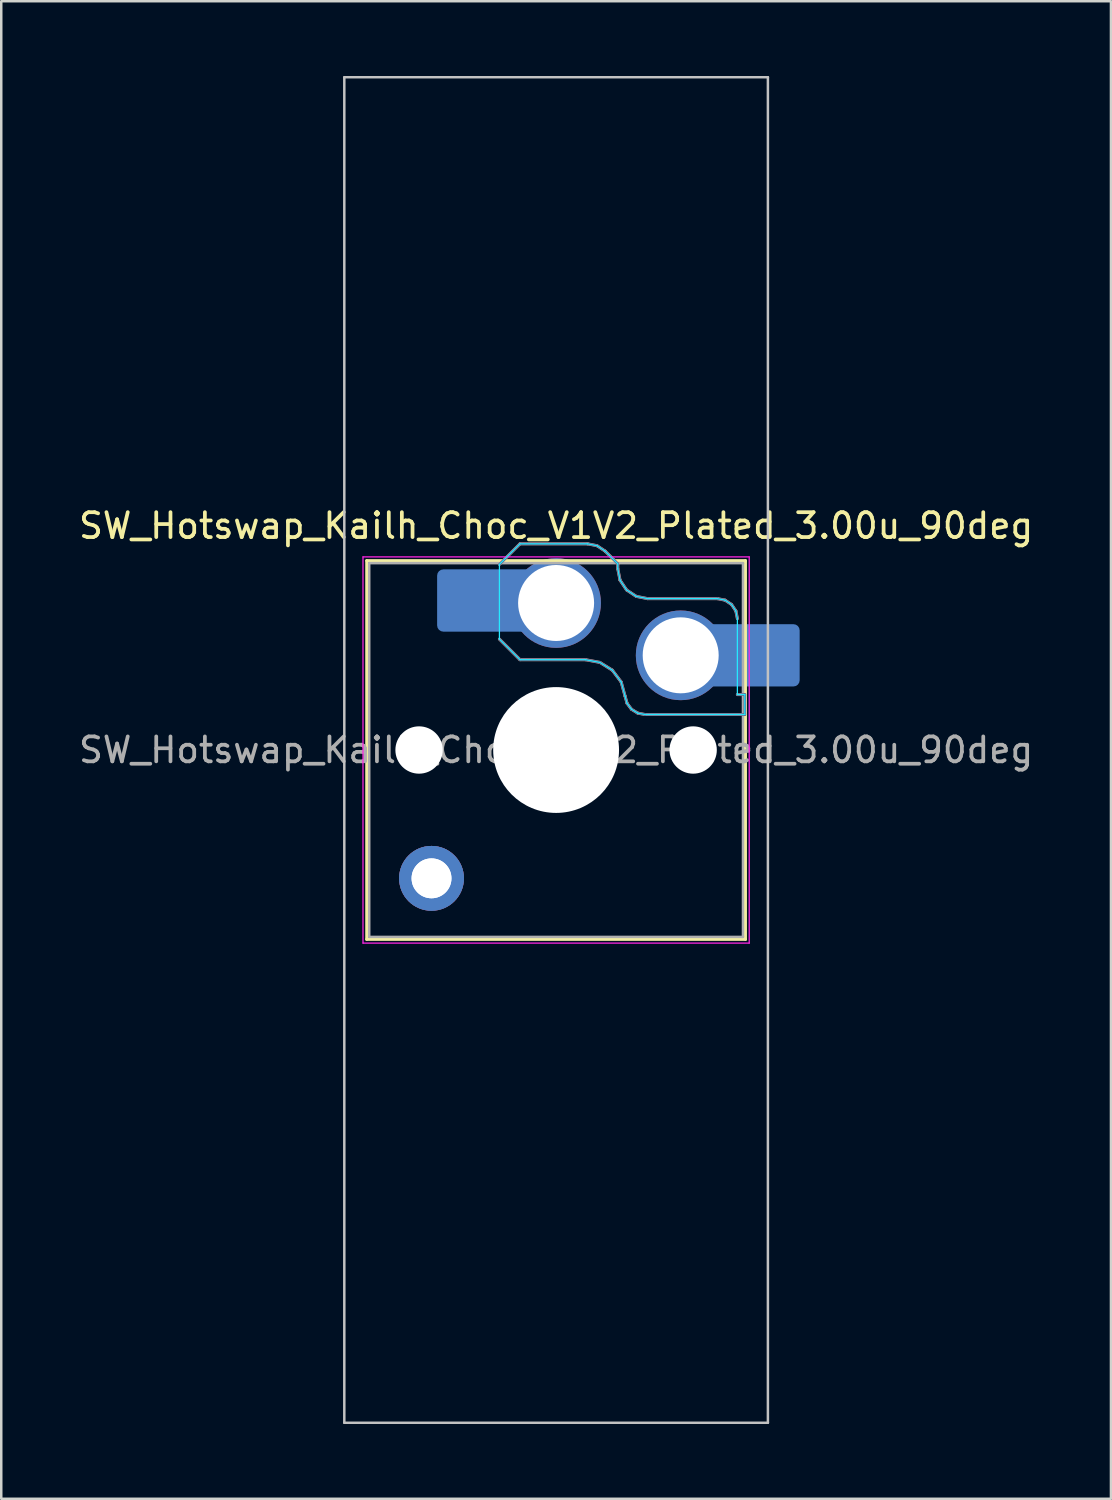
<source format=kicad_pcb>
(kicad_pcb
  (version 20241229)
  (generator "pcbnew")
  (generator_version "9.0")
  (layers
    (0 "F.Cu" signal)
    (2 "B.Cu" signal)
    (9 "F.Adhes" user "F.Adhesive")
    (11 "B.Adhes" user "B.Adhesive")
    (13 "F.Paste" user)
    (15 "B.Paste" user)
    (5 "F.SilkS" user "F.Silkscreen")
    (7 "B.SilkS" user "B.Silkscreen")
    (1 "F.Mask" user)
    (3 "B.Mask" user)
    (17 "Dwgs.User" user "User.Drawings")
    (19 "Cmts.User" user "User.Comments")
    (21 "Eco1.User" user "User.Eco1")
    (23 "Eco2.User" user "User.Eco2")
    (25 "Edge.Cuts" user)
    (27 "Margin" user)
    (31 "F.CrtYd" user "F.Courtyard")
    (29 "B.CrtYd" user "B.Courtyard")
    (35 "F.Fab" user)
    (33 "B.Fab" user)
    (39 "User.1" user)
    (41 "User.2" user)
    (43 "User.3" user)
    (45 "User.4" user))
  (footprint "SW_Hotswap_Kailh_Choc_V1V2_Plated_3.00u_90deg"
    (layer "F.Cu")
    (at 19.268 27.05)
    (property "Reference" "SW_Hotswap_Kailh_Choc_V1V2_Plated_3.00u_90deg" (at 0 -9 0) (layer "F.SilkS") (effects (font (size 1 1) (thickness 0.15))))
    (attr smd)
    (fp_line (start -7.6 -7.6) (end -7.6 7.6) (stroke (width 0.12) (type solid)) (layer "F.SilkS"))
    (fp_line (start -7.6 7.6) (end 7.6 7.6) (stroke (width 0.12) (type solid)) (layer "F.SilkS"))
    (fp_line (start 7.6 -7.6) (end -7.6 -7.6) (stroke (width 0.12) (type solid)) (layer "F.SilkS"))
    (fp_line (start 7.6 7.6) (end 7.6 -7.6) (stroke (width 0.12) (type solid)) (layer "F.SilkS"))
    (fp_line (start -2.275 -7.45) (end -1.45 -8.275) (stroke (width 0.12) (type solid)) (layer "B.SilkS"))
    (fp_line (start -1.45 -8.275) (end 1.261 -8.275) (stroke (width 0.12) (type solid)) (layer "B.SilkS"))
    (fp_line (start -1.45 -3.625) (end -2.275 -4.45) (stroke (width 0.12) (type solid)) (layer "B.SilkS"))
    (fp_line (start 1.175 -3.625) (end -1.45 -3.625) (stroke (width 0.12) (type solid)) (layer "B.SilkS"))
    (fp_line (start 1.261 -8.275) (end 1.643 -8.199) (stroke (width 0.12) (type solid)) (layer "B.SilkS"))
    (fp_line (start 1.643 -8.199) (end 1.968 -7.982) (stroke (width 0.12) (type solid)) (layer "B.SilkS"))
    (fp_line (start 1.756 -3.516) (end 1.175 -3.625) (stroke (width 0.12) (type solid)) (layer "B.SilkS"))
    (fp_line (start 1.968 -7.982) (end 2.475 -7.475) (stroke (width 0.12) (type solid)) (layer "B.SilkS"))
    (fp_line (start 2.258 -3.203) (end 1.756 -3.516) (stroke (width 0.12) (type solid)) (layer "B.SilkS"))
    (fp_line (start 2.475 -7.475) (end 2.475 -7.275) (stroke (width 0.12) (type solid)) (layer "B.SilkS"))
    (fp_line (start 2.475 -7.275) (end 2.566 -6.816) (stroke (width 0.12) (type solid)) (layer "B.SilkS"))
    (fp_line (start 2.566 -6.816) (end 2.826 -6.426) (stroke (width 0.12) (type solid)) (layer "B.SilkS"))
    (fp_line (start 2.612 -2.729) (end 2.258 -3.203) (stroke (width 0.12) (type solid)) (layer "B.SilkS"))
    (fp_line (start 2.769 -2.158) (end 2.612 -2.729) (stroke (width 0.12) (type solid)) (layer "B.SilkS"))
    (fp_line (start 2.826 -6.426) (end 3.216 -6.166) (stroke (width 0.12) (type solid)) (layer "B.SilkS"))
    (fp_line (start 2.848 -1.873) (end 2.769 -2.158) (stroke (width 0.12) (type solid)) (layer "B.SilkS"))
    (fp_line (start 3.025 -1.636) (end 2.848 -1.873) (stroke (width 0.12) (type solid)) (layer "B.SilkS"))
    (fp_line (start 3.216 -6.166) (end 3.675 -6.075) (stroke (width 0.12) (type solid)) (layer "B.SilkS"))
    (fp_line (start 3.276 -1.48) (end 3.025 -1.636) (stroke (width 0.12) (type solid)) (layer "B.SilkS"))
    (fp_line (start 3.567 -1.425) (end 3.276 -1.48) (stroke (width 0.12) (type solid)) (layer "B.SilkS"))
    (fp_line (start 3.675 -6.075) (end 6.475 -6.075) (stroke (width 0.12) (type solid)) (layer "B.SilkS"))
    (fp_line (start 6.475 -6.075) (end 6.781 -6.014) (stroke (width 0.12) (type solid)) (layer "B.SilkS"))
    (fp_line (start 6.781 -6.014) (end 7.041 -5.841) (stroke (width 0.12) (type solid)) (layer "B.SilkS"))
    (fp_line (start 7.041 -5.841) (end 7.214 -5.581) (stroke (width 0.12) (type solid)) (layer "B.SilkS"))
    (fp_line (start 7.214 -5.581) (end 7.275 -5.275) (stroke (width 0.12) (type solid)) (layer "B.SilkS"))
    (fp_line (start 7.275 -2.225) (end 7.575 -2.225) (stroke (width 0.12) (type solid)) (layer "B.SilkS"))
    (fp_line (start 7.575 -2.225) (end 7.575 -1.425) (stroke (width 0.12) (type solid)) (layer "B.SilkS"))
    (fp_line (start 7.575 -1.425) (end 3.567 -1.425) (stroke (width 0.12) (type solid)) (layer "B.SilkS"))
    (fp_line (start -8.5 -27) (end 8.5 -27) (stroke (width 0.1) (type solid)) (layer "Dwgs.User"))
    (fp_line (start -8.5 27) (end -8.5 -27) (stroke (width 0.1) (type solid)) (layer "Dwgs.User"))
    (fp_line (start 8.5 -27) (end 8.5 27) (stroke (width 0.1) (type solid)) (layer "Dwgs.User"))
    (fp_line (start 8.5 27) (end -8.5 27) (stroke (width 0.1) (type solid)) (layer "Dwgs.User"))
    (fp_line (start -7.25 -7.25) (end -7.25 7.25) (stroke (width 0.1) (type solid)) (layer "Eco1.User"))
    (fp_line (start -7.25 7.25) (end 7.25 7.25) (stroke (width 0.1) (type solid)) (layer "Eco1.User"))
    (fp_line (start 7.25 -7.25) (end -7.25 -7.25) (stroke (width 0.1) (type solid)) (layer "Eco1.User"))
    (fp_line (start 7.25 7.25) (end 7.25 -7.25) (stroke (width 0.1) (type solid)) (layer "Eco1.User"))
    (fp_line (start -2.275 -7.45) (end -1.45 -8.275) (stroke (width 0.05) (type solid)) (layer "B.CrtYd"))
    (fp_line (start -2.275 -4.45) (end -2.275 -7.45) (stroke (width 0.05) (type solid)) (layer "B.CrtYd"))
    (fp_line (start -1.45 -8.275) (end 1.261 -8.275) (stroke (width 0.05) (type solid)) (layer "B.CrtYd"))
    (fp_line (start -1.45 -3.625) (end -2.275 -4.45) (stroke (width 0.05) (type solid)) (layer "B.CrtYd"))
    (fp_line (start 1.175 -3.625) (end -1.45 -3.625) (stroke (width 0.05) (type solid)) (layer "B.CrtYd"))
    (fp_line (start 1.261 -8.275) (end 1.643 -8.199) (stroke (width 0.05) (type solid)) (layer "B.CrtYd"))
    (fp_line (start 1.643 -8.199) (end 1.968 -7.982) (stroke (width 0.05) (type solid)) (layer "B.CrtYd"))
    (fp_line (start 1.756 -3.516) (end 1.175 -3.625) (stroke (width 0.05) (type solid)) (layer "B.CrtYd"))
    (fp_line (start 1.968 -7.982) (end 2.475 -7.475) (stroke (width 0.05) (type solid)) (layer "B.CrtYd"))
    (fp_line (start 2.258 -3.203) (end 1.756 -3.516) (stroke (width 0.05) (type solid)) (layer "B.CrtYd"))
    (fp_line (start 2.475 -7.475) (end 2.475 -7.275) (stroke (width 0.05) (type solid)) (layer "B.CrtYd"))
    (fp_line (start 2.475 -7.275) (end 2.566 -6.816) (stroke (width 0.05) (type solid)) (layer "B.CrtYd"))
    (fp_line (start 2.566 -6.816) (end 2.826 -6.426) (stroke (width 0.05) (type solid)) (layer "B.CrtYd"))
    (fp_line (start 2.612 -2.729) (end 2.258 -3.203) (stroke (width 0.05) (type solid)) (layer "B.CrtYd"))
    (fp_line (start 2.769 -2.158) (end 2.612 -2.729) (stroke (width 0.05) (type solid)) (layer "B.CrtYd"))
    (fp_line (start 2.826 -6.426) (end 3.216 -6.166) (stroke (width 0.05) (type solid)) (layer "B.CrtYd"))
    (fp_line (start 2.848 -1.873) (end 2.769 -2.158) (stroke (width 0.05) (type solid)) (layer "B.CrtYd"))
    (fp_line (start 3.025 -1.636) (end 2.848 -1.873) (stroke (width 0.05) (type solid)) (layer "B.CrtYd"))
    (fp_line (start 3.216 -6.166) (end 3.675 -6.075) (stroke (width 0.05) (type solid)) (layer "B.CrtYd"))
    (fp_line (start 3.276 -1.48) (end 3.025 -1.636) (stroke (width 0.05) (type solid)) (layer "B.CrtYd"))
    (fp_line (start 3.567 -1.425) (end 3.276 -1.48) (stroke (width 0.05) (type solid)) (layer "B.CrtYd"))
    (fp_line (start 3.675 -6.075) (end 6.475 -6.075) (stroke (width 0.05) (type solid)) (layer "B.CrtYd"))
    (fp_line (start 6.475 -6.075) (end 6.781 -6.014) (stroke (width 0.05) (type solid)) (layer "B.CrtYd"))
    (fp_line (start 6.781 -6.014) (end 7.041 -5.841) (stroke (width 0.05) (type solid)) (layer "B.CrtYd"))
    (fp_line (start 7.041 -5.841) (end 7.214 -5.581) (stroke (width 0.05) (type solid)) (layer "B.CrtYd"))
    (fp_line (start 7.214 -5.581) (end 7.275 -5.275) (stroke (width 0.05) (type solid)) (layer "B.CrtYd"))
    (fp_line (start 7.275 -5.275) (end 7.275 -2.225) (stroke (width 0.05) (type solid)) (layer "B.CrtYd"))
    (fp_line (start 7.275 -2.225) (end 7.575 -2.225) (stroke (width 0.05) (type solid)) (layer "B.CrtYd"))
    (fp_line (start 7.575 -2.225) (end 7.575 -1.425) (stroke (width 0.05) (type solid)) (layer "B.CrtYd"))
    (fp_line (start 7.575 -1.425) (end 3.567 -1.425) (stroke (width 0.05) (type solid)) (layer "B.CrtYd"))
    (fp_line (start -7.75 -7.75) (end -7.75 7.75) (stroke (width 0.05) (type solid)) (layer "F.CrtYd"))
    (fp_line (start -7.75 7.75) (end 7.75 7.75) (stroke (width 0.05) (type solid)) (layer "F.CrtYd"))
    (fp_line (start 7.75 -7.75) (end -7.75 -7.75) (stroke (width 0.05) (type solid)) (layer "F.CrtYd"))
    (fp_line (start 7.75 7.75) (end 7.75 -7.75) (stroke (width 0.05) (type solid)) (layer "F.CrtYd"))
    (fp_line (start -2.275 -7.45) (end -1.45 -8.275) (stroke (width 0.1) (type solid)) (layer "B.Fab"))
    (fp_line (start -1.45 -8.275) (end 1.261 -8.275) (stroke (width 0.1) (type solid)) (layer "B.Fab"))
    (fp_line (start -1.45 -3.625) (end -2.275 -4.45) (stroke (width 0.1) (type solid)) (layer "B.Fab"))
    (fp_line (start 1.175 -3.625) (end -1.45 -3.625) (stroke (width 0.1) (type solid)) (layer "B.Fab"))
    (fp_line (start 1.261 -8.275) (end 1.643 -8.199) (stroke (width 0.1) (type solid)) (layer "B.Fab"))
    (fp_line (start 1.643 -8.199) (end 1.968 -7.982) (stroke (width 0.1) (type solid)) (layer "B.Fab"))
    (fp_line (start 1.756 -3.516) (end 1.175 -3.625) (stroke (width 0.1) (type solid)) (layer "B.Fab"))
    (fp_line (start 1.968 -7.982) (end 2.475 -7.475) (stroke (width 0.1) (type solid)) (layer "B.Fab"))
    (fp_line (start 2.258 -3.203) (end 1.756 -3.516) (stroke (width 0.1) (type solid)) (layer "B.Fab"))
    (fp_line (start 2.475 -7.475) (end 2.475 -7.275) (stroke (width 0.1) (type solid)) (layer "B.Fab"))
    (fp_line (start 2.475 -7.275) (end 2.566 -6.816) (stroke (width 0.1) (type solid)) (layer "B.Fab"))
    (fp_line (start 2.566 -6.816) (end 2.826 -6.426) (stroke (width 0.1) (type solid)) (layer "B.Fab"))
    (fp_line (start 2.612 -2.729) (end 2.258 -3.203) (stroke (width 0.1) (type solid)) (layer "B.Fab"))
    (fp_line (start 2.769 -2.158) (end 2.612 -2.729) (stroke (width 0.1) (type solid)) (layer "B.Fab"))
    (fp_line (start 2.826 -6.426) (end 3.216 -6.166) (stroke (width 0.1) (type solid)) (layer "B.Fab"))
    (fp_line (start 2.848 -1.873) (end 2.769 -2.158) (stroke (width 0.1) (type solid)) (layer "B.Fab"))
    (fp_line (start 3.025 -1.636) (end 2.848 -1.873) (stroke (width 0.1) (type solid)) (layer "B.Fab"))
    (fp_line (start 3.216 -6.166) (end 3.675 -6.075) (stroke (width 0.1) (type solid)) (layer "B.Fab"))
    (fp_line (start 3.276 -1.48) (end 3.025 -1.636) (stroke (width 0.1) (type solid)) (layer "B.Fab"))
    (fp_line (start 3.567 -1.425) (end 3.276 -1.48) (stroke (width 0.1) (type solid)) (layer "B.Fab"))
    (fp_line (start 3.675 -6.075) (end 6.475 -6.075) (stroke (width 0.1) (type solid)) (layer "B.Fab"))
    (fp_line (start 6.475 -6.075) (end 6.781 -6.014) (stroke (width 0.1) (type solid)) (layer "B.Fab"))
    (fp_line (start 6.781 -6.014) (end 7.041 -5.841) (stroke (width 0.1) (type solid)) (layer "B.Fab"))
    (fp_line (start 7.041 -5.841) (end 7.214 -5.581) (stroke (width 0.1) (type solid)) (layer "B.Fab"))
    (fp_line (start 7.214 -5.581) (end 7.275 -5.275) (stroke (width 0.1) (type solid)) (layer "B.Fab"))
    (fp_line (start 7.275 -2.225) (end 7.575 -2.225) (stroke (width 0.1) (type solid)) (layer "B.Fab"))
    (fp_line (start 7.575 -2.225) (end 7.575 -1.425) (stroke (width 0.1) (type solid)) (layer "B.Fab"))
    (fp_line (start 7.575 -1.425) (end 3.567 -1.425) (stroke (width 0.1) (type solid)) (layer "B.Fab"))
    (fp_line (start -7.5 -7.5) (end -7.5 7.5) (stroke (width 0.1) (type solid)) (layer "F.Fab"))
    (fp_line (start -7.5 7.5) (end 7.5 7.5) (stroke (width 0.1) (type solid)) (layer "F.Fab"))
    (fp_line (start 7.5 -7.5) (end -7.5 -7.5) (stroke (width 0.1) (type solid)) (layer "F.Fab"))
    (fp_line (start 7.5 7.5) (end 7.5 -7.5) (stroke (width 0.1) (type solid)) (layer "F.Fab"))
    (fp_text user "${REFERENCE}" (at 0 0 0) (layer "F.Fab") (effects (font (size 1 1) (thickness 0.15))))
    (pad "" np_thru_hole circle (at -5.5 0) (size 1.9 1.9) (drill 1.9) (layers "*.Cu" "*.Mask"))
    (pad "" thru_hole circle (at -5 5.15) (size 2.6 2.6) (drill 1.6) (layers "*.Cu" "B.Mask"))
    (pad "" thru_hole circle (at -5 5.15) (size 2.6 2.6) (drill 1.6) (layers "*.Cu" "B.Mask"))
    (pad "" smd roundrect (at -3.5 -6) (size 2.55 2.5) (layers "B.Mask" "B.Paste") (roundrect_rratio 0.1))
    (pad "" np_thru_hole circle (at 0 0) (size 5.05 5.05) (drill 5.05) (layers "*.Cu" "*.Mask"))
    (pad "" np_thru_hole circle (at 5.5 0) (size 1.9 1.9) (drill 1.9) (layers "*.Cu" "*.Mask"))
    (pad "" smd roundrect (at 8.5 -3.8) (size 2.55 2.5) (layers "B.Mask" "B.Paste") (roundrect_rratio 0.1))
    (pad "1" smd roundrect (at -2.85 -6) (size 3.85 2.5) (layers "B.Cu") (roundrect_rratio 0.1))
    (pad "1" thru_hole circle (at 0 -5.9) (size 3.6 3.6) (drill 3.05) (layers "*.Cu" "B.Mask"))
    (pad "2" thru_hole circle (at 5 -3.8) (size 3.6 3.6) (drill 3.05) (layers "*.Cu" "B.Mask"))
    (pad "2" smd roundrect (at 7.85 -3.8) (size 3.85 2.5) (layers "B.Cu") (roundrect_rratio 0.1)))
  (gr_rect
    (start -3 -3)
    (end 41.536 57.1)
    (stroke (width 0.1) (type default))
    (fill no)
    (layer "Edge.Cuts")))
</source>
